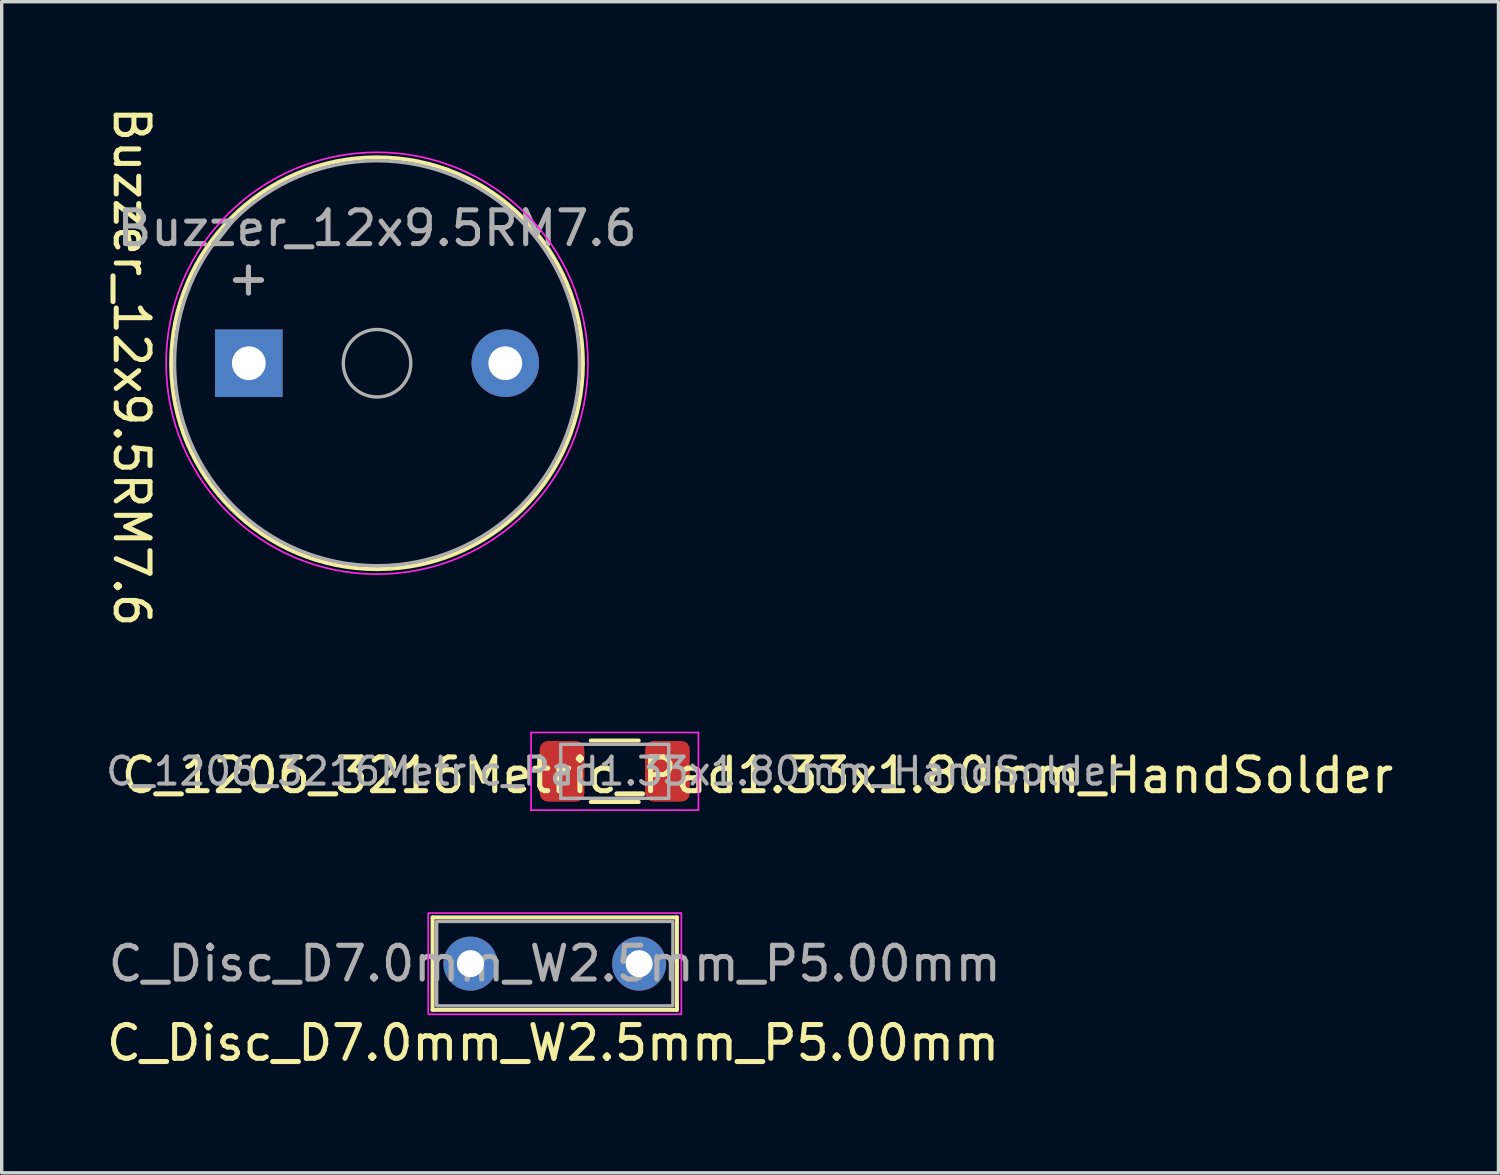
<source format=kicad_pcb>
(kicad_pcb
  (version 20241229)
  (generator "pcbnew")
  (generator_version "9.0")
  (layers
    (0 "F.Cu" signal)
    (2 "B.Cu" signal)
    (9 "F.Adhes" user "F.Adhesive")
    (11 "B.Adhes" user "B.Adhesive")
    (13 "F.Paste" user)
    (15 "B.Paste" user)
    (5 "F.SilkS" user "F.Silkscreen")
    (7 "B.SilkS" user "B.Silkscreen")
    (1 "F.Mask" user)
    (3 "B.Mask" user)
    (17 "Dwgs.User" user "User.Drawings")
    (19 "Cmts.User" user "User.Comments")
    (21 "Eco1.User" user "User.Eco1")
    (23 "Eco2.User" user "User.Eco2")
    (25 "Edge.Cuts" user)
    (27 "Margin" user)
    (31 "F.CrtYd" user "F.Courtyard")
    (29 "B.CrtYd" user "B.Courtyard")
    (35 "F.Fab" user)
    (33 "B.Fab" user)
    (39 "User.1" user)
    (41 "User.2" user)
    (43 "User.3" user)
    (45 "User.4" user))
  (footprint "Buzzer_12x9.5RM7.6"
    (layer "F.Cu")
    (at 4.323 7.714)
    (property "Reference" "Buzzer_12x9.5RM7.6" (at -3.474 0.102 270) (unlocked yes) (layer "F.SilkS") (effects (font (size 1 1) (thickness 0.15))))
    (attr through_hole)
    (fp_circle (center 3.8 0) (end 9.9 0) (stroke (width 0.12) (type solid)) (fill no) (layer "F.SilkS"))
    (fp_circle (center 3.8 0) (end 10.05 0) (stroke (width 0.05) (type solid)) (fill no) (layer "F.CrtYd"))
    (fp_circle (center 3.8 0) (end 4.8 0) (stroke (width 0.1) (type solid)) (fill no) (layer "F.Fab"))
    (fp_circle (center 3.8 0) (end 9.8 0) (stroke (width 0.1) (type solid)) (fill no) (layer "F.Fab"))
    (fp_text user "+" (at -0.01 -2.54 180) (layer "F.SilkS") (effects (font (size 1 1) (thickness 0.15))))
    (fp_text user "+" (at -0.01 -2.54 180) (layer "F.Fab") (effects (font (size 1 1) (thickness 0.15))))
    (fp_text user "${REFERENCE}" (at 3.8 -4 180) (layer "F.Fab") (effects (font (size 1 1) (thickness 0.15))))
    (pad "1" thru_hole rect (at 0 0) (size 2 2) (drill 1) (layers "*.Cu" "*.Mask"))
    (pad "2" thru_hole circle (at 7.6 0) (size 2 2) (drill 1) (layers "*.Cu" "*.Mask")))
  (footprint "C_Disc_D7.0mm_W2.5mm_P5.00mm"
    (layer "F.Cu")
    (at 10.89 25.506)
    (property "Reference" "C_Disc_D7.0mm_W2.5mm_P5.00mm" (at 2.449 2.35 0) (layer "F.SilkS") (effects (font (size 1 1) (thickness 0.15))))
    (attr through_hole)
    (fp_line (start -1.12 -1.37) (end 6.12 -1.37) (stroke (width 0.12) (type solid)) (layer "F.SilkS"))
    (fp_line (start -1.12 1.37) (end -1.12 -1.37) (stroke (width 0.12) (type solid)) (layer "F.SilkS"))
    (fp_line (start 6.12 -1.37) (end 6.12 1.37) (stroke (width 0.12) (type solid)) (layer "F.SilkS"))
    (fp_line (start 6.12 1.37) (end -1.12 1.37) (stroke (width 0.12) (type solid)) (layer "F.SilkS"))
    (fp_rect (start -1.25 -1.5) (end 6.25 1.5) (stroke (width 0.05) (type solid)) (fill no) (layer "F.CrtYd"))
    (fp_rect (start -1 -1.25) (end 6 1.25) (stroke (width 0.1) (type solid)) (fill no) (layer "F.Fab"))
    (fp_text user "${REFERENCE}" (at 2.5 0 0) (layer "F.Fab") (effects (font (size 1 1) (thickness 0.15))))
    (pad "1" thru_hole circle (at 0 0 180) (size 1.6 1.6) (drill 0.8) (layers "*.Cu" "*.Mask"))
    (pad "2" thru_hole circle (at 5 0 180) (size 1.6 1.6) (drill 0.8) (layers "*.Cu" "*.Mask")))
  (footprint "C_1206_3216Metric_Pad1.33x1.80mm_HandSolder"
    (layer "F.Cu")
    (at 15.167 19.806)
    (property "Reference" "C_1206_3216Metric_Pad1.33x1.80mm_HandSolder" (at 4.229 0.119 0) (unlocked yes) (layer "F.SilkS") (effects (font (size 1 1) (thickness 0.15))))
    (attr smd)
    (fp_line (start -0.711 -0.91) (end 0.711 -0.91) (stroke (width 0.12) (type solid)) (layer "F.SilkS"))
    (fp_line (start -0.711 0.91) (end 0.711 0.91) (stroke (width 0.12) (type solid)) (layer "F.SilkS"))
    (fp_line (start -2.48 -1.15) (end 2.48 -1.15) (stroke (width 0.05) (type solid)) (layer "F.CrtYd"))
    (fp_line (start -2.48 1.15) (end -2.48 -1.15) (stroke (width 0.05) (type solid)) (layer "F.CrtYd"))
    (fp_line (start 2.48 -1.15) (end 2.48 1.15) (stroke (width 0.05) (type solid)) (layer "F.CrtYd"))
    (fp_line (start 2.48 1.15) (end -2.48 1.15) (stroke (width 0.05) (type solid)) (layer "F.CrtYd"))
    (fp_line (start -1.6 -0.8) (end 1.6 -0.8) (stroke (width 0.1) (type solid)) (layer "F.Fab"))
    (fp_line (start -1.6 0.8) (end -1.6 -0.8) (stroke (width 0.1) (type solid)) (layer "F.Fab"))
    (fp_line (start 1.6 -0.8) (end 1.6 0.8) (stroke (width 0.1) (type solid)) (layer "F.Fab"))
    (fp_line (start 1.6 0.8) (end -1.6 0.8) (stroke (width 0.1) (type solid)) (layer "F.Fab"))
    (fp_text user "${REFERENCE}" (at 0 0 180) (layer "F.Fab") (effects (font (size 0.8 0.8) (thickness 0.12))))
    (pad "1" smd roundrect (at -1.562 0) (size 1.325 1.8) (layers "F.Cu" "F.Mask" "F.Paste") (roundrect_rratio 0.189))
    (pad "2" smd roundrect (at 1.562 0) (size 1.325 1.8) (layers "F.Cu" "F.Mask" "F.Paste") (roundrect_rratio 0.189)))
  (gr_rect
    (start -3 -3)
    (end 41.354 31.705)
    (stroke (width 0.1) (type default))
    (fill no)
    (layer "Edge.Cuts")))
</source>
